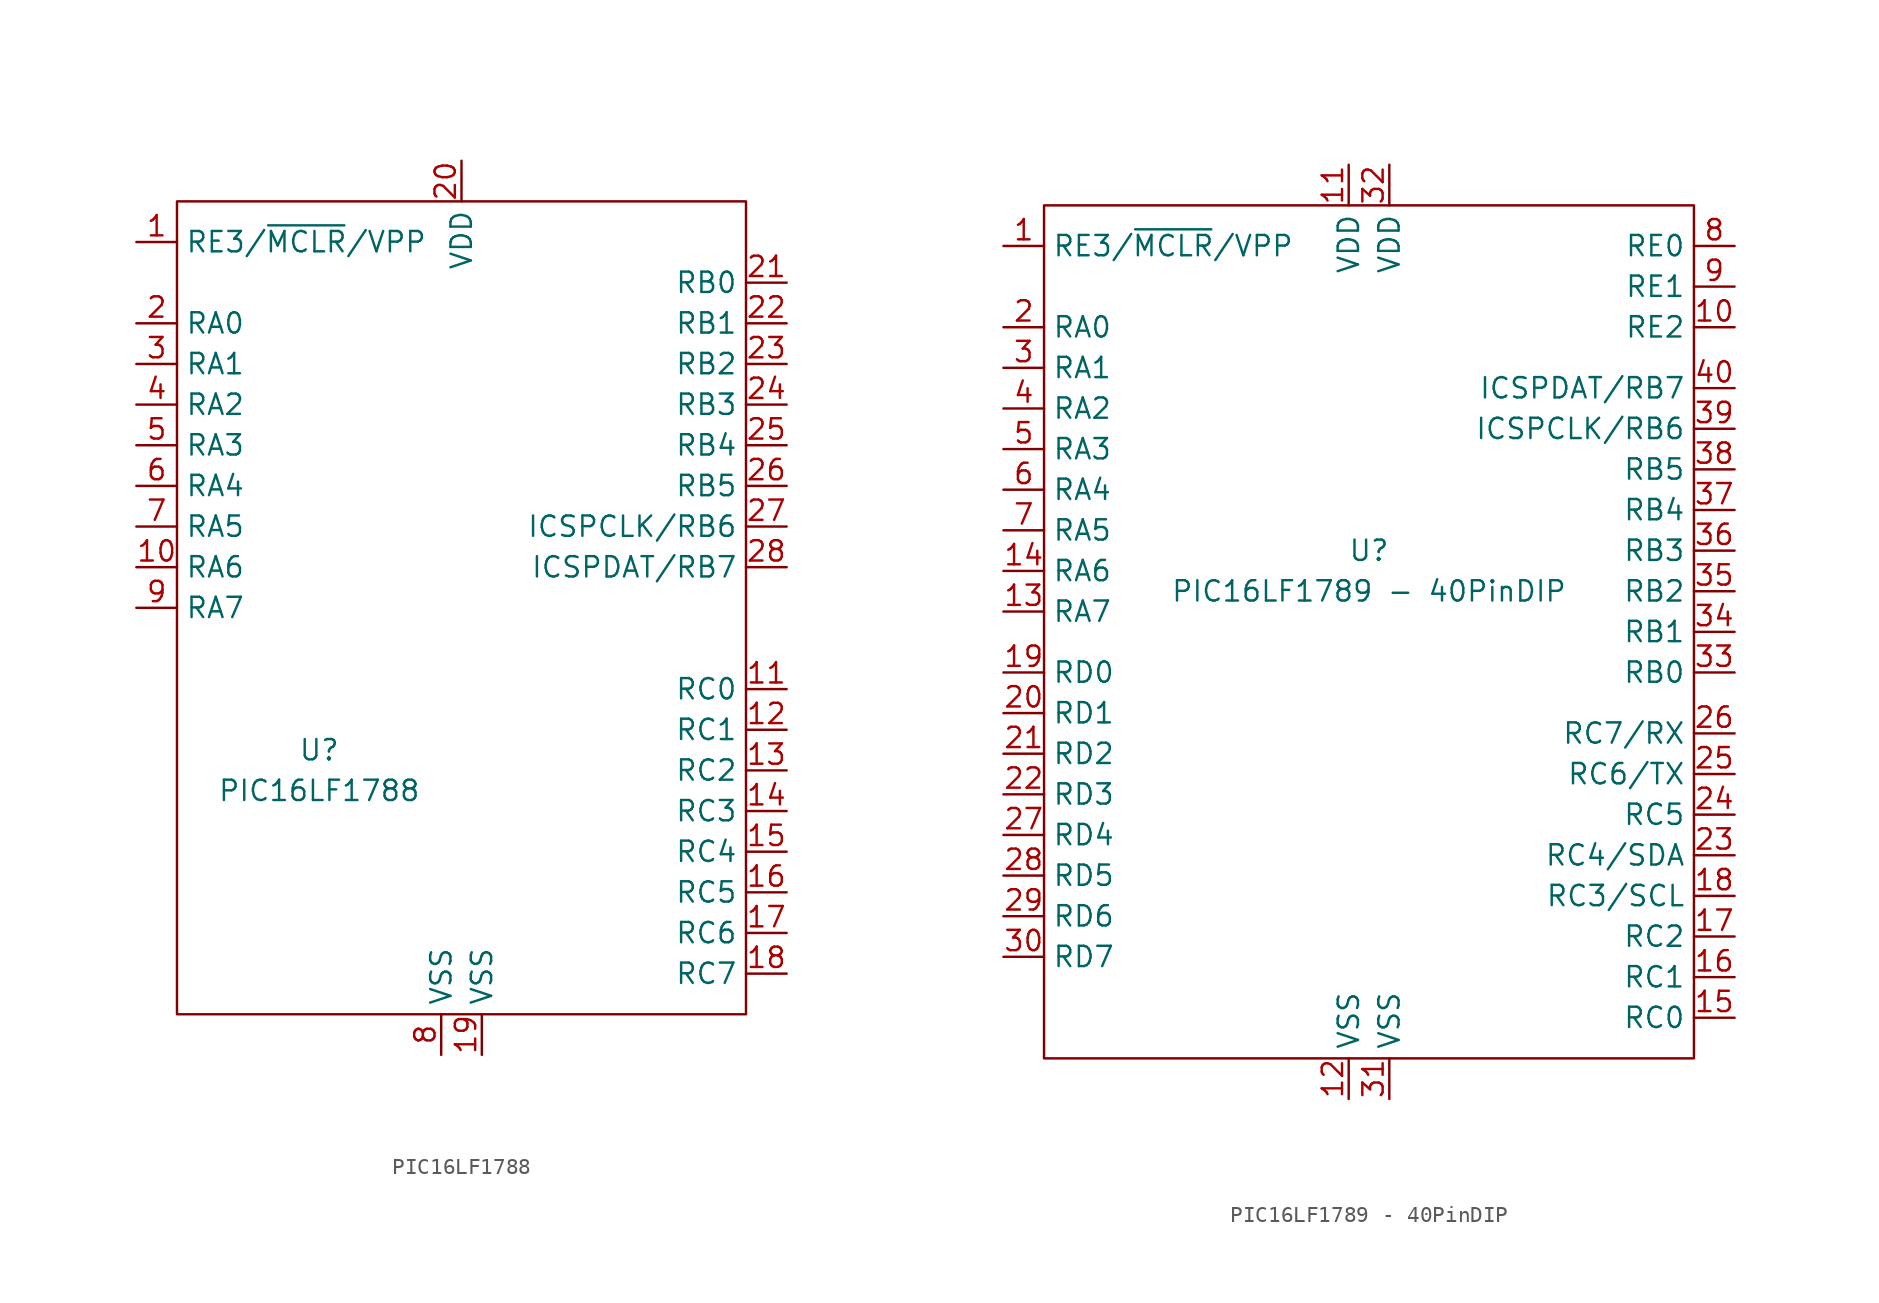
<source format=kicad_sym>
(kicad_symbol_lib
  (version 20211014)
  (generator kicad_symbol_editor)
  (symbol "PIC16LF1788"
    (property "Reference" "U"
      (at -8.89 -41.91 0)
      (effects (font (size 1.27 1.27))))
    (property "Value" "PIC16LF1788"
      (at -8.89 -44.45 0)
      (effects (font (size 1.27 1.27))))
    (symbol "PIC16LF1788_0_1"
      (rectangle (start -17.78 -7.62) (end 17.78 -58.42) (stroke (width 0) (type default) (color 0 0 0 0)) (fill (type none))))
    (symbol "PIC16LF1788_1_1"
      (pin bidirectional line (at -20.32 -10.16 0) (length 2.54) (name "RE3/~{MCLR}/VPP" (effects (font (size 1.27 1.27)))) (number "1" (effects (font (size 1.27 1.27)))))
      (pin bidirectional line (at -20.32 -30.48 0) (length 2.54) (name "RA6" (effects (font (size 1.27 1.27)))) (number "10" (effects (font (size 1.27 1.27)))))
      (pin bidirectional line (at 20.32 -38.1 180) (length 2.54) (name "RC0" (effects (font (size 1.27 1.27)))) (number "11" (effects (font (size 1.27 1.27)))))
      (pin bidirectional line (at 20.32 -40.64 180) (length 2.54) (name "RC1" (effects (font (size 1.27 1.27)))) (number "12" (effects (font (size 1.27 1.27)))))
      (pin bidirectional line (at 20.32 -43.18 180) (length 2.54) (name "RC2" (effects (font (size 1.27 1.27)))) (number "13" (effects (font (size 1.27 1.27)))))
      (pin bidirectional line (at 20.32 -45.72 180) (length 2.54) (name "RC3" (effects (font (size 1.27 1.27)))) (number "14" (effects (font (size 1.27 1.27)))))
      (pin bidirectional line (at 20.32 -48.26 180) (length 2.54) (name "RC4" (effects (font (size 1.27 1.27)))) (number "15" (effects (font (size 1.27 1.27)))))
      (pin bidirectional line (at 20.32 -50.8 180) (length 2.54) (name "RC5" (effects (font (size 1.27 1.27)))) (number "16" (effects (font (size 1.27 1.27)))))
      (pin bidirectional line (at 20.32 -53.34 180) (length 2.54) (name "RC6" (effects (font (size 1.27 1.27)))) (number "17" (effects (font (size 1.27 1.27)))))
      (pin bidirectional line (at 20.32 -55.88 180) (length 2.54) (name "RC7" (effects (font (size 1.27 1.27)))) (number "18" (effects (font (size 1.27 1.27)))))
      (pin bidirectional line (at 1.27 -60.96 90) (length 2.54) (name "VSS" (effects (font (size 1.27 1.27)))) (number "19" (effects (font (size 1.27 1.27)))))
      (pin bidirectional line (at -20.32 -15.24 0) (length 2.54) (name "RA0" (effects (font (size 1.27 1.27)))) (number "2" (effects (font (size 1.27 1.27)))))
      (pin bidirectional line (at 0 -5.08 270) (length 2.54) (name "VDD" (effects (font (size 1.27 1.27)))) (number "20" (effects (font (size 1.27 1.27)))))
      (pin bidirectional line (at 20.32 -12.7 180) (length 2.54) (name "RB0" (effects (font (size 1.27 1.27)))) (number "21" (effects (font (size 1.27 1.27)))))
      (pin bidirectional line (at 20.32 -15.24 180) (length 2.54) (name "RB1" (effects (font (size 1.27 1.27)))) (number "22" (effects (font (size 1.27 1.27)))))
      (pin bidirectional line (at 20.32 -17.78 180) (length 2.54) (name "RB2" (effects (font (size 1.27 1.27)))) (number "23" (effects (font (size 1.27 1.27)))))
      (pin bidirectional line (at 20.32 -20.32 180) (length 2.54) (name "RB3" (effects (font (size 1.27 1.27)))) (number "24" (effects (font (size 1.27 1.27)))))
      (pin bidirectional line (at 20.32 -22.86 180) (length 2.54) (name "RB4" (effects (font (size 1.27 1.27)))) (number "25" (effects (font (size 1.27 1.27)))))
      (pin bidirectional line (at 20.32 -25.4 180) (length 2.54) (name "RB5" (effects (font (size 1.27 1.27)))) (number "26" (effects (font (size 1.27 1.27)))))
      (pin bidirectional line (at 20.32 -27.94 180) (length 2.54) (name "ICSPCLK/RB6" (effects (font (size 1.27 1.27)))) (number "27" (effects (font (size 1.27 1.27)))))
      (pin bidirectional line (at 20.32 -30.48 180) (length 2.54) (name "ICSPDAT/RB7" (effects (font (size 1.27 1.27)))) (number "28" (effects (font (size 1.27 1.27)))))
      (pin bidirectional line (at -20.32 -17.78 0) (length 2.54) (name "RA1" (effects (font (size 1.27 1.27)))) (number "3" (effects (font (size 1.27 1.27)))))
      (pin bidirectional line (at -20.32 -20.32 0) (length 2.54) (name "RA2" (effects (font (size 1.27 1.27)))) (number "4" (effects (font (size 1.27 1.27)))))
      (pin bidirectional line (at -20.32 -22.86 0) (length 2.54) (name "RA3" (effects (font (size 1.27 1.27)))) (number "5" (effects (font (size 1.27 1.27)))))
      (pin bidirectional line (at -20.32 -25.4 0) (length 2.54) (name "RA4" (effects (font (size 1.27 1.27)))) (number "6" (effects (font (size 1.27 1.27)))))
      (pin bidirectional line (at -20.32 -27.94 0) (length 2.54) (name "RA5" (effects (font (size 1.27 1.27)))) (number "7" (effects (font (size 1.27 1.27)))))
      (pin bidirectional line (at -1.27 -60.96 90) (length 2.54) (name "VSS" (effects (font (size 1.27 1.27)))) (number "8" (effects (font (size 1.27 1.27)))))
      (pin bidirectional line (at -20.32 -33.02 0) (length 2.54) (name "RA7" (effects (font (size 1.27 1.27)))) (number "9" (effects (font (size 1.27 1.27)))))))
  (symbol "PIC16LF1789 - 40PinDIP"
    (property "Reference" "U"
      (at 0 -27.94 0)
      (effects (font (size 1.27 1.27))))
    (property "Value" "PIC16LF1789 - 40PinDIP"
      (at 0 -30.48 0)
      (effects (font (size 1.27 1.27))))
    (symbol "PIC16LF1789 - 40PinDIP_0_1"
      (rectangle (start -20.32 -6.35) (end 20.32 -59.69) (stroke (width 0) (type default) (color 0 0 0 0)) (fill (type none))))
    (symbol "PIC16LF1789 - 40PinDIP_1_1"
      (pin bidirectional line (at -22.86 -8.89 0) (length 2.54) (name "RE3/~{MCLR}/VPP" (effects (font (size 1.27 1.27)))) (number "1" (effects (font (size 1.27 1.27)))))
      (pin bidirectional line (at 22.86 -13.97 180) (length 2.54) (name "RE2" (effects (font (size 1.27 1.27)))) (number "10" (effects (font (size 1.27 1.27)))))
      (pin bidirectional line (at -1.27 -3.81 270) (length 2.54) (name "VDD" (effects (font (size 1.27 1.27)))) (number "11" (effects (font (size 1.27 1.27)))))
      (pin bidirectional line (at -1.27 -62.23 90) (length 2.54) (name "VSS" (effects (font (size 1.27 1.27)))) (number "12" (effects (font (size 1.27 1.27)))))
      (pin bidirectional line (at -22.86 -31.75 0) (length 2.54) (name "RA7" (effects (font (size 1.27 1.27)))) (number "13" (effects (font (size 1.27 1.27)))))
      (pin bidirectional line (at -22.86 -29.21 0) (length 2.54) (name "RA6" (effects (font (size 1.27 1.27)))) (number "14" (effects (font (size 1.27 1.27)))))
      (pin bidirectional line (at 22.86 -57.15 180) (length 2.54) (name "RC0" (effects (font (size 1.27 1.27)))) (number "15" (effects (font (size 1.27 1.27)))))
      (pin bidirectional line (at 22.86 -54.61 180) (length 2.54) (name "RC1" (effects (font (size 1.27 1.27)))) (number "16" (effects (font (size 1.27 1.27)))))
      (pin bidirectional line (at 22.86 -52.07 180) (length 2.54) (name "RC2" (effects (font (size 1.27 1.27)))) (number "17" (effects (font (size 1.27 1.27)))))
      (pin bidirectional line (at 22.86 -49.53 180) (length 2.54) (name "RC3/SCL" (effects (font (size 1.27 1.27)))) (number "18" (effects (font (size 1.27 1.27)))))
      (pin bidirectional line (at -22.86 -35.56 0) (length 2.54) (name "RD0" (effects (font (size 1.27 1.27)))) (number "19" (effects (font (size 1.27 1.27)))))
      (pin bidirectional line (at -22.86 -13.97 0) (length 2.54) (name "RA0" (effects (font (size 1.27 1.27)))) (number "2" (effects (font (size 1.27 1.27)))))
      (pin bidirectional line (at -22.86 -38.1 0) (length 2.54) (name "RD1" (effects (font (size 1.27 1.27)))) (number "20" (effects (font (size 1.27 1.27)))))
      (pin bidirectional line (at -22.86 -40.64 0) (length 2.54) (name "RD2" (effects (font (size 1.27 1.27)))) (number "21" (effects (font (size 1.27 1.27)))))
      (pin bidirectional line (at -22.86 -43.18 0) (length 2.54) (name "RD3" (effects (font (size 1.27 1.27)))) (number "22" (effects (font (size 1.27 1.27)))))
      (pin bidirectional line (at 22.86 -46.99 180) (length 2.54) (name "RC4/SDA" (effects (font (size 1.27 1.27)))) (number "23" (effects (font (size 1.27 1.27)))))
      (pin bidirectional line (at 22.86 -44.45 180) (length 2.54) (name "RC5" (effects (font (size 1.27 1.27)))) (number "24" (effects (font (size 1.27 1.27)))))
      (pin bidirectional line (at 22.86 -41.91 180) (length 2.54) (name "RC6/TX" (effects (font (size 1.27 1.27)))) (number "25" (effects (font (size 1.27 1.27)))))
      (pin bidirectional line (at 22.86 -39.37 180) (length 2.54) (name "RC7/RX" (effects (font (size 1.27 1.27)))) (number "26" (effects (font (size 1.27 1.27)))))
      (pin bidirectional line (at -22.86 -45.72 0) (length 2.54) (name "RD4" (effects (font (size 1.27 1.27)))) (number "27" (effects (font (size 1.27 1.27)))))
      (pin bidirectional line (at -22.86 -48.26 0) (length 2.54) (name "RD5" (effects (font (size 1.27 1.27)))) (number "28" (effects (font (size 1.27 1.27)))))
      (pin bidirectional line (at -22.86 -50.8 0) (length 2.54) (name "RD6" (effects (font (size 1.27 1.27)))) (number "29" (effects (font (size 1.27 1.27)))))
      (pin bidirectional line (at -22.86 -16.51 0) (length 2.54) (name "RA1" (effects (font (size 1.27 1.27)))) (number "3" (effects (font (size 1.27 1.27)))))
      (pin bidirectional line (at -22.86 -53.34 0) (length 2.54) (name "RD7" (effects (font (size 1.27 1.27)))) (number "30" (effects (font (size 1.27 1.27)))))
      (pin bidirectional line (at 1.27 -62.23 90) (length 2.54) (name "VSS" (effects (font (size 1.27 1.27)))) (number "31" (effects (font (size 1.27 1.27)))))
      (pin bidirectional line (at 1.27 -3.81 270) (length 2.54) (name "VDD" (effects (font (size 1.27 1.27)))) (number "32" (effects (font (size 1.27 1.27)))))
      (pin bidirectional line (at 22.86 -35.56 180) (length 2.54) (name "RB0" (effects (font (size 1.27 1.27)))) (number "33" (effects (font (size 1.27 1.27)))))
      (pin bidirectional line (at 22.86 -33.02 180) (length 2.54) (name "RB1" (effects (font (size 1.27 1.27)))) (number "34" (effects (font (size 1.27 1.27)))))
      (pin bidirectional line (at 22.86 -30.48 180) (length 2.54) (name "RB2" (effects (font (size 1.27 1.27)))) (number "35" (effects (font (size 1.27 1.27)))))
      (pin bidirectional line (at 22.86 -27.94 180) (length 2.54) (name "RB3" (effects (font (size 1.27 1.27)))) (number "36" (effects (font (size 1.27 1.27)))))
      (pin bidirectional line (at 22.86 -25.4 180) (length 2.54) (name "RB4" (effects (font (size 1.27 1.27)))) (number "37" (effects (font (size 1.27 1.27)))))
      (pin bidirectional line (at 22.86 -22.86 180) (length 2.54) (name "RB5" (effects (font (size 1.27 1.27)))) (number "38" (effects (font (size 1.27 1.27)))))
      (pin bidirectional line (at 22.86 -20.32 180) (length 2.54) (name "ICSPCLK/RB6" (effects (font (size 1.27 1.27)))) (number "39" (effects (font (size 1.27 1.27)))))
      (pin bidirectional line (at -22.86 -19.05 0) (length 2.54) (name "RA2" (effects (font (size 1.27 1.27)))) (number "4" (effects (font (size 1.27 1.27)))))
      (pin bidirectional line (at 22.86 -17.78 180) (length 2.54) (name "ICSPDAT/RB7" (effects (font (size 1.27 1.27)))) (number "40" (effects (font (size 1.27 1.27)))))
      (pin bidirectional line (at -22.86 -21.59 0) (length 2.54) (name "RA3" (effects (font (size 1.27 1.27)))) (number "5" (effects (font (size 1.27 1.27)))))
      (pin bidirectional line (at -22.86 -24.13 0) (length 2.54) (name "RA4" (effects (font (size 1.27 1.27)))) (number "6" (effects (font (size 1.27 1.27)))))
      (pin bidirectional line (at -22.86 -26.67 0) (length 2.54) (name "RA5" (effects (font (size 1.27 1.27)))) (number "7" (effects (font (size 1.27 1.27)))))
      (pin bidirectional line (at 22.86 -8.89 180) (length 2.54) (name "RE0" (effects (font (size 1.27 1.27)))) (number "8" (effects (font (size 1.27 1.27)))))
      (pin bidirectional line (at 22.86 -11.43 180) (length 2.54) (name "RE1" (effects (font (size 1.27 1.27)))) (number "9" (effects (font (size 1.27 1.27))))))))
</source>
